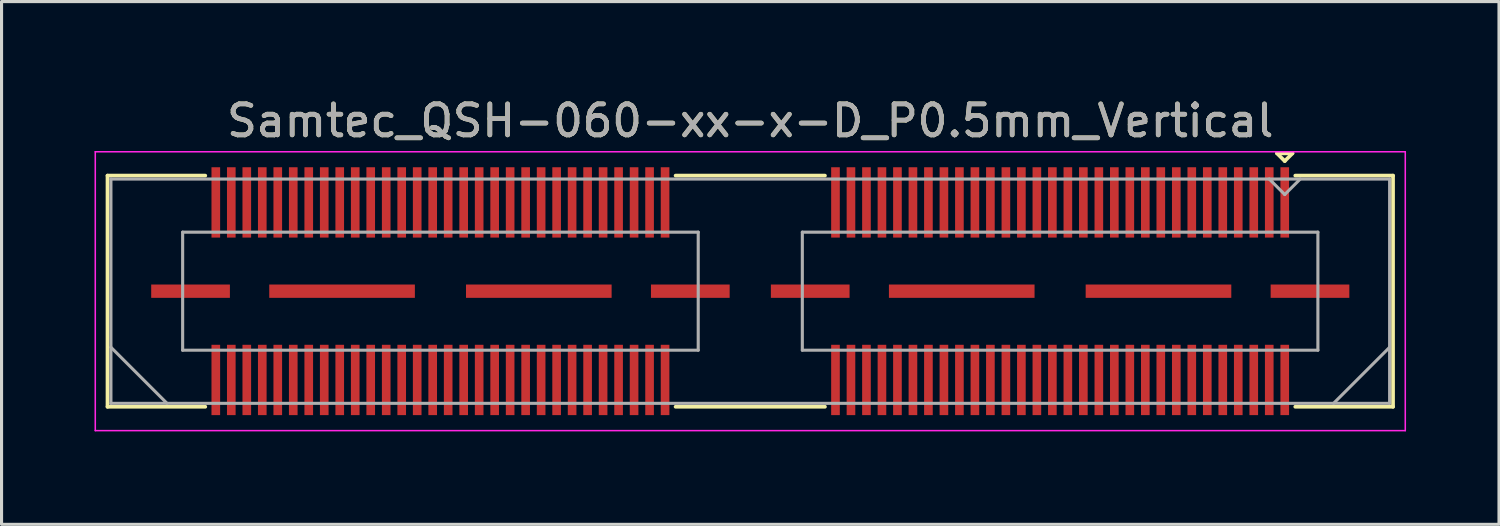
<source format=kicad_pcb>
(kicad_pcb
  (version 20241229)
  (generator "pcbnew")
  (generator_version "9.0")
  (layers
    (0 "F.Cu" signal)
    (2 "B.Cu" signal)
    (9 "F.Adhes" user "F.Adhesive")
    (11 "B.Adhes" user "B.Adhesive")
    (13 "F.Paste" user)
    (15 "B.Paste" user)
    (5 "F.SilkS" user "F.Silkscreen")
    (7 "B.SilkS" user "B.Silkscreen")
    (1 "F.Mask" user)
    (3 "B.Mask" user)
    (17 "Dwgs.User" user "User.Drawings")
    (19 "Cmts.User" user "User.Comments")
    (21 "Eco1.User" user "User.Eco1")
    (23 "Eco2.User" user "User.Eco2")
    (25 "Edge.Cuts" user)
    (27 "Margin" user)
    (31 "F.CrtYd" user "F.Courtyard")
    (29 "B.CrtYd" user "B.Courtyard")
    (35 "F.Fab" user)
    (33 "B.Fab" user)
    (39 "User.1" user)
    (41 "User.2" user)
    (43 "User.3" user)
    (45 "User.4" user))
  (footprint "Samtec_QSH-060-xx-x-D_P0.5mm_Vertical"
    (layer "F.Cu")
    (at 21.165 6.348)
    (property "Reference" "Samtec_QSH-060-xx-x-D_P0.5mm_Vertical" (at 0 -5.5 0) (layer "F.SilkS") (effects (font (size 1 1) (thickness 0.15))))
    (attr smd)
    (fp_line (start -20.745 -3.73) (end -17.59 -3.73) (stroke (width 0.12) (type solid)) (layer "F.SilkS"))
    (fp_line (start -20.745 3.73) (end -20.745 -3.73) (stroke (width 0.12) (type solid)) (layer "F.SilkS"))
    (fp_line (start -17.59 3.73) (end -20.745 3.73) (stroke (width 0.12) (type solid)) (layer "F.SilkS"))
    (fp_line (start 2.41 -3.73) (end -2.41 -3.73) (stroke (width 0.12) (type solid)) (layer "F.SilkS"))
    (fp_line (start 2.41 3.73) (end -2.41 3.73) (stroke (width 0.12) (type solid)) (layer "F.SilkS"))
    (fp_line (start 17 -4.45) (end 17.5 -4.45) (stroke (width 0.12) (type solid)) (layer "F.SilkS"))
    (fp_line (start 17.25 -4.2) (end 17 -4.45) (stroke (width 0.12) (type solid)) (layer "F.SilkS"))
    (fp_line (start 17.5 -4.45) (end 17.25 -4.2) (stroke (width 0.12) (type solid)) (layer "F.SilkS"))
    (fp_line (start 17.59 3.73) (end 20.745 3.73) (stroke (width 0.12) (type solid)) (layer "F.SilkS"))
    (fp_line (start 20.745 -3.73) (end 17.59 -3.73) (stroke (width 0.12) (type solid)) (layer "F.SilkS"))
    (fp_line (start 20.745 3.73) (end 20.745 -3.73) (stroke (width 0.12) (type solid)) (layer "F.SilkS"))
    (fp_line (start -21.14 -4.5) (end -21.14 4.5) (stroke (width 0.05) (type solid)) (layer "F.CrtYd"))
    (fp_line (start -21.14 4.5) (end 21.14 4.5) (stroke (width 0.05) (type solid)) (layer "F.CrtYd"))
    (fp_line (start 21.14 -4.5) (end -21.14 -4.5) (stroke (width 0.05) (type solid)) (layer "F.CrtYd"))
    (fp_line (start 21.14 4.5) (end 21.14 -4.5) (stroke (width 0.05) (type solid)) (layer "F.CrtYd"))
    (fp_line (start -20.635 -3.62) (end -20.635 3.62) (stroke (width 0.1) (type solid)) (layer "F.Fab"))
    (fp_line (start -20.635 1.81) (end -18.825 3.62) (stroke (width 0.1) (type solid)) (layer "F.Fab"))
    (fp_line (start -20.635 3.62) (end 20.635 3.62) (stroke (width 0.1) (type solid)) (layer "F.Fab"))
    (fp_line (start -18.32 -1.905) (end -18.32 1.905) (stroke (width 0.1) (type solid)) (layer "F.Fab"))
    (fp_line (start -18.32 1.905) (end -1.68 1.905) (stroke (width 0.1) (type solid)) (layer "F.Fab"))
    (fp_line (start -1.68 -1.905) (end -18.32 -1.905) (stroke (width 0.1) (type solid)) (layer "F.Fab"))
    (fp_line (start -1.68 1.905) (end -1.68 -1.905) (stroke (width 0.1) (type solid)) (layer "F.Fab"))
    (fp_line (start 1.68 -1.905) (end 1.68 1.905) (stroke (width 0.1) (type solid)) (layer "F.Fab"))
    (fp_line (start 1.68 1.905) (end 18.32 1.905) (stroke (width 0.1) (type solid)) (layer "F.Fab"))
    (fp_line (start 17.25 -3.12) (end 16.75 -3.62) (stroke (width 0.1) (type solid)) (layer "F.Fab"))
    (fp_line (start 17.75 -3.62) (end 17.25 -3.12) (stroke (width 0.1) (type solid)) (layer "F.Fab"))
    (fp_line (start 18.32 -1.905) (end 1.68 -1.905) (stroke (width 0.1) (type solid)) (layer "F.Fab"))
    (fp_line (start 18.32 1.905) (end 18.32 -1.905) (stroke (width 0.1) (type solid)) (layer "F.Fab"))
    (fp_line (start 20.635 -3.62) (end -20.635 -3.62) (stroke (width 0.1) (type solid)) (layer "F.Fab"))
    (fp_line (start 20.635 1.81) (end 18.825 3.62) (stroke (width 0.1) (type solid)) (layer "F.Fab"))
    (fp_line (start 20.635 3.62) (end 20.635 -3.62) (stroke (width 0.1) (type solid)) (layer "F.Fab"))
    (fp_text user "${REFERENCE}" (at 0 -5.5 0) (layer "F.Fab") (effects (font (size 1 1) (thickness 0.15))))
    (pad "1" smd rect (at 17.25 -2.865) (size 0.279 2.27) (layers "F.Cu" "F.Mask" "F.Paste"))
    (pad "2" smd rect (at 17.25 2.865) (size 0.279 2.27) (layers "F.Cu" "F.Mask" "F.Paste"))
    (pad "3" smd rect (at 16.75 -2.865) (size 0.279 2.27) (layers "F.Cu" "F.Mask" "F.Paste"))
    (pad "4" smd rect (at 16.75 2.865) (size 0.279 2.27) (layers "F.Cu" "F.Mask" "F.Paste"))
    (pad "5" smd rect (at 16.25 -2.865) (size 0.279 2.27) (layers "F.Cu" "F.Mask" "F.Paste"))
    (pad "6" smd rect (at 16.25 2.865) (size 0.279 2.27) (layers "F.Cu" "F.Mask" "F.Paste"))
    (pad "7" smd rect (at 15.75 -2.865) (size 0.279 2.27) (layers "F.Cu" "F.Mask" "F.Paste"))
    (pad "8" smd rect (at 15.75 2.865) (size 0.279 2.27) (layers "F.Cu" "F.Mask" "F.Paste"))
    (pad "9" smd rect (at 15.25 -2.865) (size 0.279 2.27) (layers "F.Cu" "F.Mask" "F.Paste"))
    (pad "10" smd rect (at 15.25 2.865) (size 0.279 2.27) (layers "F.Cu" "F.Mask" "F.Paste"))
    (pad "11" smd rect (at 14.75 -2.865) (size 0.279 2.27) (layers "F.Cu" "F.Mask" "F.Paste"))
    (pad "12" smd rect (at 14.75 2.865) (size 0.279 2.27) (layers "F.Cu" "F.Mask" "F.Paste"))
    (pad "13" smd rect (at 14.25 -2.865) (size 0.279 2.27) (layers "F.Cu" "F.Mask" "F.Paste"))
    (pad "14" smd rect (at 14.25 2.865) (size 0.279 2.27) (layers "F.Cu" "F.Mask" "F.Paste"))
    (pad "15" smd rect (at 13.75 -2.865) (size 0.279 2.27) (layers "F.Cu" "F.Mask" "F.Paste"))
    (pad "16" smd rect (at 13.75 2.865) (size 0.279 2.27) (layers "F.Cu" "F.Mask" "F.Paste"))
    (pad "17" smd rect (at 13.25 -2.865) (size 0.279 2.27) (layers "F.Cu" "F.Mask" "F.Paste"))
    (pad "18" smd rect (at 13.25 2.865) (size 0.279 2.27) (layers "F.Cu" "F.Mask" "F.Paste"))
    (pad "19" smd rect (at 12.75 -2.865) (size 0.279 2.27) (layers "F.Cu" "F.Mask" "F.Paste"))
    (pad "20" smd rect (at 12.75 2.865) (size 0.279 2.27) (layers "F.Cu" "F.Mask" "F.Paste"))
    (pad "21" smd rect (at 12.25 -2.865) (size 0.279 2.27) (layers "F.Cu" "F.Mask" "F.Paste"))
    (pad "22" smd rect (at 12.25 2.865) (size 0.279 2.27) (layers "F.Cu" "F.Mask" "F.Paste"))
    (pad "23" smd rect (at 11.75 -2.865) (size 0.279 2.27) (layers "F.Cu" "F.Mask" "F.Paste"))
    (pad "24" smd rect (at 11.75 2.865) (size 0.279 2.27) (layers "F.Cu" "F.Mask" "F.Paste"))
    (pad "25" smd rect (at 11.25 -2.865) (size 0.279 2.27) (layers "F.Cu" "F.Mask" "F.Paste"))
    (pad "26" smd rect (at 11.25 2.865) (size 0.279 2.27) (layers "F.Cu" "F.Mask" "F.Paste"))
    (pad "27" smd rect (at 10.75 -2.865) (size 0.279 2.27) (layers "F.Cu" "F.Mask" "F.Paste"))
    (pad "28" smd rect (at 10.75 2.865) (size 0.279 2.27) (layers "F.Cu" "F.Mask" "F.Paste"))
    (pad "29" smd rect (at 10.25 -2.865) (size 0.279 2.27) (layers "F.Cu" "F.Mask" "F.Paste"))
    (pad "30" smd rect (at 10.25 2.865) (size 0.279 2.27) (layers "F.Cu" "F.Mask" "F.Paste"))
    (pad "31" smd rect (at 9.75 -2.865) (size 0.279 2.27) (layers "F.Cu" "F.Mask" "F.Paste"))
    (pad "32" smd rect (at 9.75 2.865) (size 0.279 2.27) (layers "F.Cu" "F.Mask" "F.Paste"))
    (pad "33" smd rect (at 9.25 -2.865) (size 0.279 2.27) (layers "F.Cu" "F.Mask" "F.Paste"))
    (pad "34" smd rect (at 9.25 2.865) (size 0.279 2.27) (layers "F.Cu" "F.Mask" "F.Paste"))
    (pad "35" smd rect (at 8.75 -2.865) (size 0.279 2.27) (layers "F.Cu" "F.Mask" "F.Paste"))
    (pad "36" smd rect (at 8.75 2.865) (size 0.279 2.27) (layers "F.Cu" "F.Mask" "F.Paste"))
    (pad "37" smd rect (at 8.25 -2.865) (size 0.279 2.27) (layers "F.Cu" "F.Mask" "F.Paste"))
    (pad "38" smd rect (at 8.25 2.865) (size 0.279 2.27) (layers "F.Cu" "F.Mask" "F.Paste"))
    (pad "39" smd rect (at 7.75 -2.865) (size 0.279 2.27) (layers "F.Cu" "F.Mask" "F.Paste"))
    (pad "40" smd rect (at 7.75 2.865) (size 0.279 2.27) (layers "F.Cu" "F.Mask" "F.Paste"))
    (pad "41" smd rect (at 7.25 -2.865) (size 0.279 2.27) (layers "F.Cu" "F.Mask" "F.Paste"))
    (pad "42" smd rect (at 7.25 2.865) (size 0.279 2.27) (layers "F.Cu" "F.Mask" "F.Paste"))
    (pad "43" smd rect (at 6.75 -2.865) (size 0.279 2.27) (layers "F.Cu" "F.Mask" "F.Paste"))
    (pad "44" smd rect (at 6.75 2.865) (size 0.279 2.27) (layers "F.Cu" "F.Mask" "F.Paste"))
    (pad "45" smd rect (at 6.25 -2.865) (size 0.279 2.27) (layers "F.Cu" "F.Mask" "F.Paste"))
    (pad "46" smd rect (at 6.25 2.865) (size 0.279 2.27) (layers "F.Cu" "F.Mask" "F.Paste"))
    (pad "47" smd rect (at 5.75 -2.865) (size 0.279 2.27) (layers "F.Cu" "F.Mask" "F.Paste"))
    (pad "48" smd rect (at 5.75 2.865) (size 0.279 2.27) (layers "F.Cu" "F.Mask" "F.Paste"))
    (pad "49" smd rect (at 5.25 -2.865) (size 0.279 2.27) (layers "F.Cu" "F.Mask" "F.Paste"))
    (pad "50" smd rect (at 5.25 2.865) (size 0.279 2.27) (layers "F.Cu" "F.Mask" "F.Paste"))
    (pad "51" smd rect (at 4.75 -2.865) (size 0.279 2.27) (layers "F.Cu" "F.Mask" "F.Paste"))
    (pad "52" smd rect (at 4.75 2.865) (size 0.279 2.27) (layers "F.Cu" "F.Mask" "F.Paste"))
    (pad "53" smd rect (at 4.25 -2.865) (size 0.279 2.27) (layers "F.Cu" "F.Mask" "F.Paste"))
    (pad "54" smd rect (at 4.25 2.865) (size 0.279 2.27) (layers "F.Cu" "F.Mask" "F.Paste"))
    (pad "55" smd rect (at 3.75 -2.865) (size 0.279 2.27) (layers "F.Cu" "F.Mask" "F.Paste"))
    (pad "56" smd rect (at 3.75 2.865) (size 0.279 2.27) (layers "F.Cu" "F.Mask" "F.Paste"))
    (pad "57" smd rect (at 3.25 -2.865) (size 0.279 2.27) (layers "F.Cu" "F.Mask" "F.Paste"))
    (pad "58" smd rect (at 3.25 2.865) (size 0.279 2.27) (layers "F.Cu" "F.Mask" "F.Paste"))
    (pad "59" smd rect (at 2.75 -2.865) (size 0.279 2.27) (layers "F.Cu" "F.Mask" "F.Paste"))
    (pad "60" smd rect (at 2.75 2.865) (size 0.279 2.27) (layers "F.Cu" "F.Mask" "F.Paste"))
    (pad "61" smd rect (at -2.75 -2.865) (size 0.279 2.27) (layers "F.Cu" "F.Mask" "F.Paste"))
    (pad "62" smd rect (at -2.75 2.865) (size 0.279 2.27) (layers "F.Cu" "F.Mask" "F.Paste"))
    (pad "63" smd rect (at -3.25 -2.865) (size 0.279 2.27) (layers "F.Cu" "F.Mask" "F.Paste"))
    (pad "64" smd rect (at -3.25 2.865) (size 0.279 2.27) (layers "F.Cu" "F.Mask" "F.Paste"))
    (pad "65" smd rect (at -3.75 -2.865) (size 0.279 2.27) (layers "F.Cu" "F.Mask" "F.Paste"))
    (pad "66" smd rect (at -3.75 2.865) (size 0.279 2.27) (layers "F.Cu" "F.Mask" "F.Paste"))
    (pad "67" smd rect (at -4.25 -2.865) (size 0.279 2.27) (layers "F.Cu" "F.Mask" "F.Paste"))
    (pad "68" smd rect (at -4.25 2.865) (size 0.279 2.27) (layers "F.Cu" "F.Mask" "F.Paste"))
    (pad "69" smd rect (at -4.75 -2.865) (size 0.279 2.27) (layers "F.Cu" "F.Mask" "F.Paste"))
    (pad "70" smd rect (at -4.75 2.865) (size 0.279 2.27) (layers "F.Cu" "F.Mask" "F.Paste"))
    (pad "71" smd rect (at -5.25 -2.865) (size 0.279 2.27) (layers "F.Cu" "F.Mask" "F.Paste"))
    (pad "72" smd rect (at -5.25 2.865) (size 0.279 2.27) (layers "F.Cu" "F.Mask" "F.Paste"))
    (pad "73" smd rect (at -5.75 -2.865) (size 0.279 2.27) (layers "F.Cu" "F.Mask" "F.Paste"))
    (pad "74" smd rect (at -5.75 2.865) (size 0.279 2.27) (layers "F.Cu" "F.Mask" "F.Paste"))
    (pad "75" smd rect (at -6.25 -2.865) (size 0.279 2.27) (layers "F.Cu" "F.Mask" "F.Paste"))
    (pad "76" smd rect (at -6.25 2.865) (size 0.279 2.27) (layers "F.Cu" "F.Mask" "F.Paste"))
    (pad "77" smd rect (at -6.75 -2.865) (size 0.279 2.27) (layers "F.Cu" "F.Mask" "F.Paste"))
    (pad "78" smd rect (at -6.75 2.865) (size 0.279 2.27) (layers "F.Cu" "F.Mask" "F.Paste"))
    (pad "79" smd rect (at -7.25 -2.865) (size 0.279 2.27) (layers "F.Cu" "F.Mask" "F.Paste"))
    (pad "80" smd rect (at -7.25 2.865) (size 0.279 2.27) (layers "F.Cu" "F.Mask" "F.Paste"))
    (pad "81" smd rect (at -7.75 -2.865) (size 0.279 2.27) (layers "F.Cu" "F.Mask" "F.Paste"))
    (pad "82" smd rect (at -7.75 2.865) (size 0.279 2.27) (layers "F.Cu" "F.Mask" "F.Paste"))
    (pad "83" smd rect (at -8.25 -2.865) (size 0.279 2.27) (layers "F.Cu" "F.Mask" "F.Paste"))
    (pad "84" smd rect (at -8.25 2.865) (size 0.279 2.27) (layers "F.Cu" "F.Mask" "F.Paste"))
    (pad "85" smd rect (at -8.75 -2.865) (size 0.279 2.27) (layers "F.Cu" "F.Mask" "F.Paste"))
    (pad "86" smd rect (at -8.75 2.865) (size 0.279 2.27) (layers "F.Cu" "F.Mask" "F.Paste"))
    (pad "87" smd rect (at -9.25 -2.865) (size 0.279 2.27) (layers "F.Cu" "F.Mask" "F.Paste"))
    (pad "88" smd rect (at -9.25 2.865) (size 0.279 2.27) (layers "F.Cu" "F.Mask" "F.Paste"))
    (pad "89" smd rect (at -9.75 -2.865) (size 0.279 2.27) (layers "F.Cu" "F.Mask" "F.Paste"))
    (pad "90" smd rect (at -9.75 2.865) (size 0.279 2.27) (layers "F.Cu" "F.Mask" "F.Paste"))
    (pad "91" smd rect (at -10.25 -2.865) (size 0.279 2.27) (layers "F.Cu" "F.Mask" "F.Paste"))
    (pad "92" smd rect (at -10.25 2.865) (size 0.279 2.27) (layers "F.Cu" "F.Mask" "F.Paste"))
    (pad "93" smd rect (at -10.75 -2.865) (size 0.279 2.27) (layers "F.Cu" "F.Mask" "F.Paste"))
    (pad "94" smd rect (at -10.75 2.865) (size 0.279 2.27) (layers "F.Cu" "F.Mask" "F.Paste"))
    (pad "95" smd rect (at -11.25 -2.865) (size 0.279 2.27) (layers "F.Cu" "F.Mask" "F.Paste"))
    (pad "96" smd rect (at -11.25 2.865) (size 0.279 2.27) (layers "F.Cu" "F.Mask" "F.Paste"))
    (pad "97" smd rect (at -11.75 -2.865) (size 0.279 2.27) (layers "F.Cu" "F.Mask" "F.Paste"))
    (pad "98" smd rect (at -11.75 2.865) (size 0.279 2.27) (layers "F.Cu" "F.Mask" "F.Paste"))
    (pad "99" smd rect (at -12.25 -2.865) (size 0.279 2.27) (layers "F.Cu" "F.Mask" "F.Paste"))
    (pad "100" smd rect (at -12.25 2.865) (size 0.279 2.27) (layers "F.Cu" "F.Mask" "F.Paste"))
    (pad "101" smd rect (at -12.75 -2.865) (size 0.279 2.27) (layers "F.Cu" "F.Mask" "F.Paste"))
    (pad "102" smd rect (at -12.75 2.865) (size 0.279 2.27) (layers "F.Cu" "F.Mask" "F.Paste"))
    (pad "103" smd rect (at -13.25 -2.865) (size 0.279 2.27) (layers "F.Cu" "F.Mask" "F.Paste"))
    (pad "104" smd rect (at -13.25 2.865) (size 0.279 2.27) (layers "F.Cu" "F.Mask" "F.Paste"))
    (pad "105" smd rect (at -13.75 -2.865) (size 0.279 2.27) (layers "F.Cu" "F.Mask" "F.Paste"))
    (pad "106" smd rect (at -13.75 2.865) (size 0.279 2.27) (layers "F.Cu" "F.Mask" "F.Paste"))
    (pad "107" smd rect (at -14.25 -2.865) (size 0.279 2.27) (layers "F.Cu" "F.Mask" "F.Paste"))
    (pad "108" smd rect (at -14.25 2.865) (size 0.279 2.27) (layers "F.Cu" "F.Mask" "F.Paste"))
    (pad "109" smd rect (at -14.75 -2.865) (size 0.279 2.27) (layers "F.Cu" "F.Mask" "F.Paste"))
    (pad "110" smd rect (at -14.75 2.865) (size 0.279 2.27) (layers "F.Cu" "F.Mask" "F.Paste"))
    (pad "111" smd rect (at -15.25 -2.865) (size 0.279 2.27) (layers "F.Cu" "F.Mask" "F.Paste"))
    (pad "112" smd rect (at -15.25 2.865) (size 0.279 2.27) (layers "F.Cu" "F.Mask" "F.Paste"))
    (pad "113" smd rect (at -15.75 -2.865) (size 0.279 2.27) (layers "F.Cu" "F.Mask" "F.Paste"))
    (pad "114" smd rect (at -15.75 2.865) (size 0.279 2.27) (layers "F.Cu" "F.Mask" "F.Paste"))
    (pad "115" smd rect (at -16.25 -2.865) (size 0.279 2.27) (layers "F.Cu" "F.Mask" "F.Paste"))
    (pad "116" smd rect (at -16.25 2.865) (size 0.279 2.27) (layers "F.Cu" "F.Mask" "F.Paste"))
    (pad "117" smd rect (at -16.75 -2.865) (size 0.279 2.27) (layers "F.Cu" "F.Mask" "F.Paste"))
    (pad "118" smd rect (at -16.75 2.865) (size 0.279 2.27) (layers "F.Cu" "F.Mask" "F.Paste"))
    (pad "119" smd rect (at -17.25 -2.865) (size 0.279 2.27) (layers "F.Cu" "F.Mask" "F.Paste"))
    (pad "120" smd rect (at -17.25 2.865) (size 0.279 2.27) (layers "F.Cu" "F.Mask" "F.Paste"))
    (pad "P1" smd rect (at 1.935 0) (size 2.54 0.43) (layers "F.Cu" "F.Mask" "F.Paste"))
    (pad "P1" smd rect (at 6.825 0) (size 4.7 0.43) (layers "F.Cu" "F.Mask" "F.Paste"))
    (pad "P1" smd rect (at 13.175 0) (size 4.7 0.43) (layers "F.Cu" "F.Mask" "F.Paste"))
    (pad "P1" smd rect (at 18.065 0) (size 2.54 0.43) (layers "F.Cu" "F.Mask" "F.Paste"))
    (pad "P2" smd rect (at -18.065 0) (size 2.54 0.43) (layers "F.Cu" "F.Mask" "F.Paste"))
    (pad "P2" smd rect (at -13.175 0) (size 4.7 0.43) (layers "F.Cu" "F.Mask" "F.Paste"))
    (pad "P2" smd rect (at -6.825 0) (size 4.7 0.43) (layers "F.Cu" "F.Mask" "F.Paste"))
    (pad "P2" smd rect (at -1.935 0) (size 2.54 0.43) (layers "F.Cu" "F.Mask" "F.Paste")))
  (gr_rect
    (start -3 -3)
    (end 45.33 13.873)
    (stroke (width 0.1) (type default))
    (fill no)
    (layer "Edge.Cuts")))
</source>
